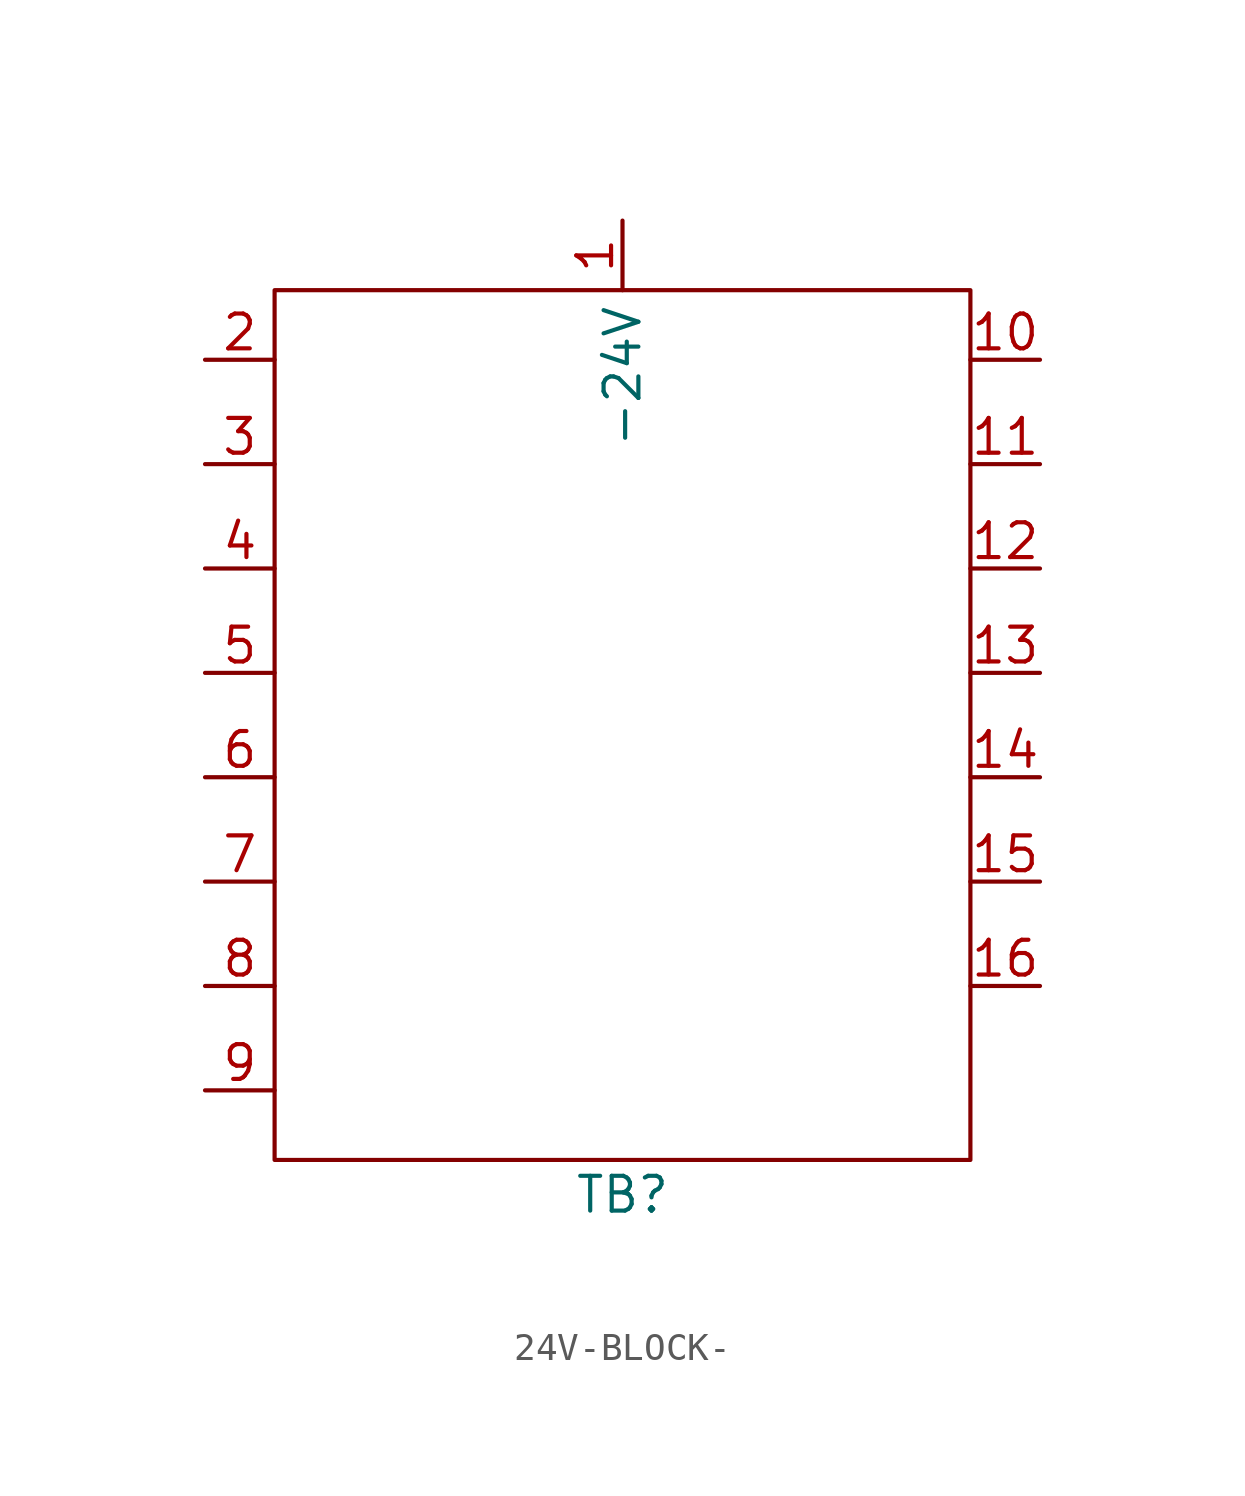
<source format=kicad_sym>
(kicad_symbol_lib
  (version 20241209)
  (generator "kicad_symbol_editor")
  (generator_version "9.0")
  (symbol "24V-BLOCK-"
    (property "Reference" "TB"
      (at 0 -17.78 0)
      (effects (font (size 1.27 1.27))))
    (property "Value" ""
      (at 0 0 0)
      (effects (font (size 1.27 1.27))))
    (symbol "24V-BLOCK-_0_1"
      (rectangle (start -12.7 15.24) (end 12.7 -16.51) (stroke (width 0) (type default)) (fill (type none))))
    (symbol "24V-BLOCK-_1_1"
      (pin input line (at -15.24 12.7 0) (length 2.54) (name "" (effects (font (size 1.27 1.27)))) (number "2" (effects (font (size 1.27 1.27)))))
      (pin input line (at -15.24 8.89 0) (length 2.54) (name "" (effects (font (size 1.27 1.27)))) (number "3" (effects (font (size 1.27 1.27)))))
      (pin input line (at -15.24 5.08 0) (length 2.54) (name "" (effects (font (size 1.27 1.27)))) (number "4" (effects (font (size 1.27 1.27)))))
      (pin input line (at -15.24 1.27 0) (length 2.54) (name "" (effects (font (size 1.27 1.27)))) (number "5" (effects (font (size 1.27 1.27)))))
      (pin input line (at -15.24 -2.54 0) (length 2.54) (name "" (effects (font (size 1.27 1.27)))) (number "6" (effects (font (size 1.27 1.27)))))
      (pin input line (at -15.24 -6.35 0) (length 2.54) (name "" (effects (font (size 1.27 1.27)))) (number "7" (effects (font (size 1.27 1.27)))))
      (pin input line (at -15.24 -10.16 0) (length 2.54) (name "" (effects (font (size 1.27 1.27)))) (number "8" (effects (font (size 1.27 1.27)))))
      (pin input line (at -15.24 -13.97 0) (length 2.54) (name "" (effects (font (size 1.27 1.27)))) (number "9" (effects (font (size 1.27 1.27)))))
      (pin power_in line (at 0 17.78 270) (length 2.54) (name "-24V" (effects (font (size 1.27 1.27)))) (number "1" (effects (font (size 1.27 1.27)))))
      (pin input line (at 15.24 12.7 180) (length 2.54) (name "" (effects (font (size 1.27 1.27)))) (number "10" (effects (font (size 1.27 1.27)))))
      (pin input line (at 15.24 8.89 180) (length 2.54) (name "" (effects (font (size 1.27 1.27)))) (number "11" (effects (font (size 1.27 1.27)))))
      (pin input line (at 15.24 5.08 180) (length 2.54) (name "" (effects (font (size 1.27 1.27)))) (number "12" (effects (font (size 1.27 1.27)))))
      (pin input line (at 15.24 1.27 180) (length 2.54) (name "" (effects (font (size 1.27 1.27)))) (number "13" (effects (font (size 1.27 1.27)))))
      (pin input line (at 15.24 -2.54 180) (length 2.54) (name "" (effects (font (size 1.27 1.27)))) (number "14" (effects (font (size 1.27 1.27)))))
      (pin input line (at 15.24 -6.35 180) (length 2.54) (name "" (effects (font (size 1.27 1.27)))) (number "15" (effects (font (size 1.27 1.27)))))
      (pin input line (at 15.24 -10.16 180) (length 2.54) (name "" (effects (font (size 1.27 1.27)))) (number "16" (effects (font (size 1.27 1.27))))))))
</source>
